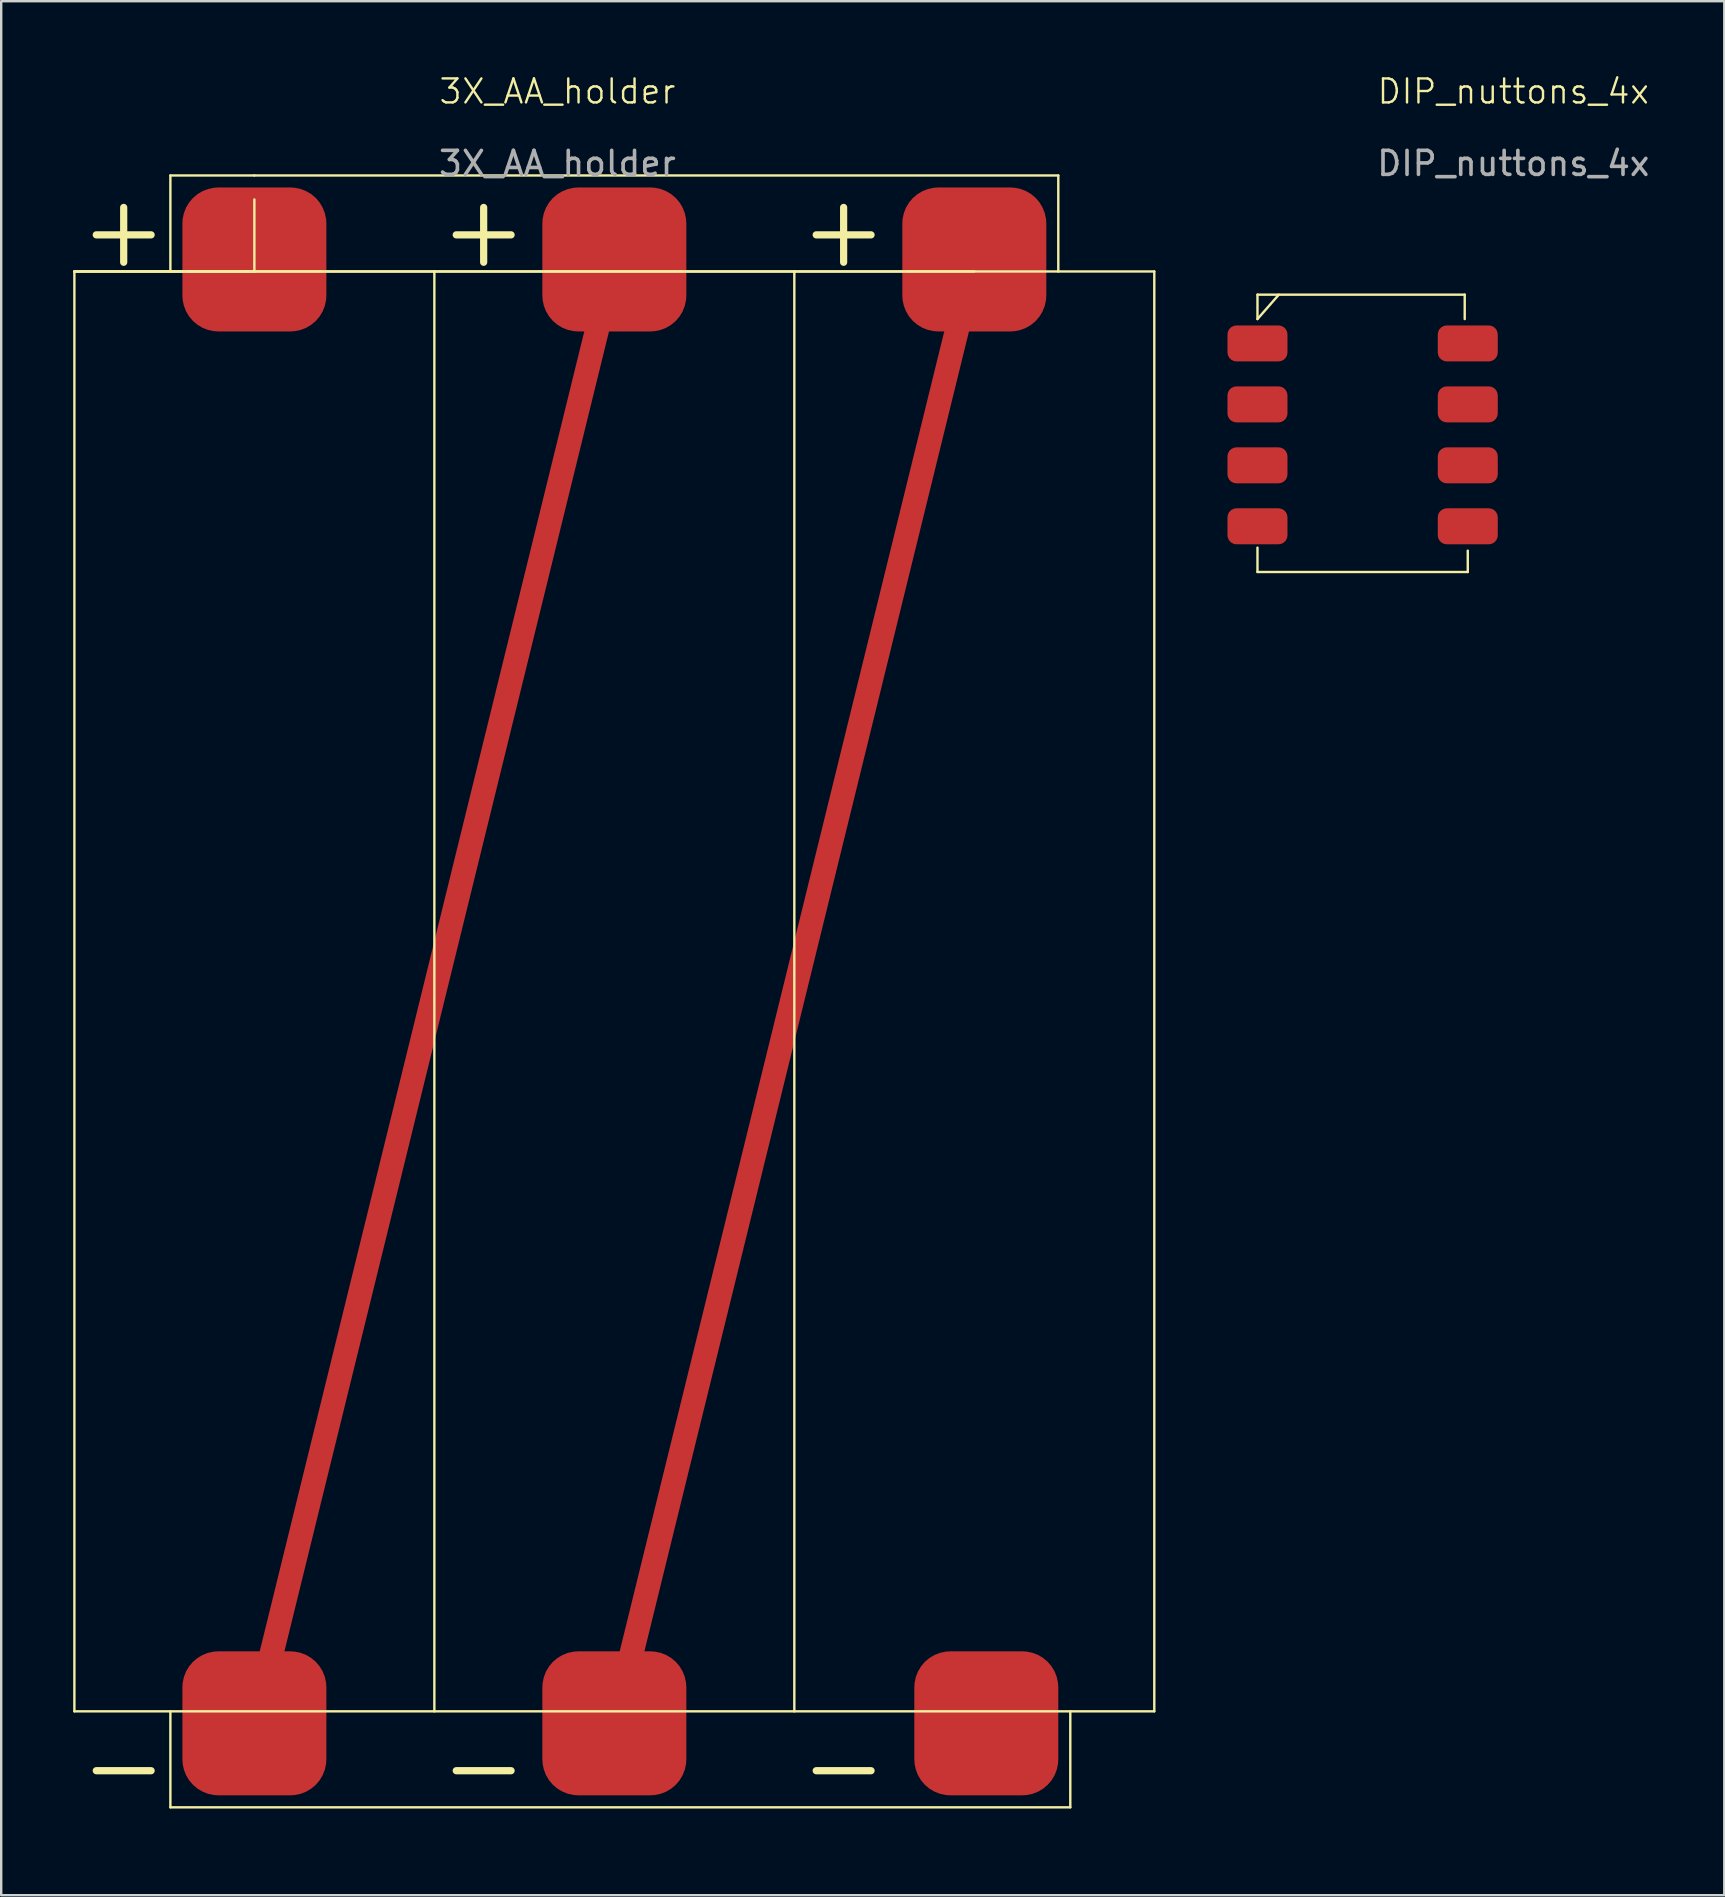
<source format=kicad_pcb>
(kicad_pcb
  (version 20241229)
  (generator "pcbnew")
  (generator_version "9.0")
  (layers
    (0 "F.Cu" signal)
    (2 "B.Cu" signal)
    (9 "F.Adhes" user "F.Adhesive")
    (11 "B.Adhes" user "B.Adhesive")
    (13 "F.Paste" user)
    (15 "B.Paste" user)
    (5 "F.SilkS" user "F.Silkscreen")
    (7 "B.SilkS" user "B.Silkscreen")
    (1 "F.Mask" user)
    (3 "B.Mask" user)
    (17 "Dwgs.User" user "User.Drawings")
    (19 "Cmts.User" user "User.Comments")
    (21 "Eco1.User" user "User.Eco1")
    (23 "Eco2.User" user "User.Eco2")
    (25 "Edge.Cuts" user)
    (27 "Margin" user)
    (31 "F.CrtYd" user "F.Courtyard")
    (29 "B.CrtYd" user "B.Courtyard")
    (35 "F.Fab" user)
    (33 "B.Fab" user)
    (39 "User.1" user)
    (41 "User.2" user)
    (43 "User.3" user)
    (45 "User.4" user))
  (footprint "3X_AA_holder"
    (layer "F.Cu")
    (at 20.05 18.262)
    (property "Reference" "3X_AA_holder" (at 0.127 -17.502 0) (unlocked yes) (layer "F.SilkS") (effects (font (size 1 1) (thickness 0.1))))
    (attr smd)
    (fp_line (start -12.5 50.5) (end 2.5 -10.5) (stroke (width 1) (type default)) (layer "F.Cu"))
    (fp_line (start 2.5 50.5) (end 17.5 -10.5) (stroke (width 1) (type default)) (layer "F.Cu"))
    (fp_line (start -20 -10) (end -20 50) (stroke (width 0.1) (type default)) (layer "F.SilkS"))
    (fp_line (start -20 -10) (end -12.5 -10) (stroke (width 0.1) (type default)) (layer "F.SilkS"))
    (fp_line (start -20 -10) (end -5 -10) (stroke (width 0.1) (type default)) (layer "F.SilkS"))
    (fp_line (start -20 50) (end 25 50) (stroke (width 0.1) (type default)) (layer "F.SilkS"))
    (fp_line (start -16 -14) (end -16 -10) (stroke (width 0.1) (type default)) (layer "F.SilkS"))
    (fp_line (start -16 54) (end -16 50) (stroke (width 0.1) (type default)) (layer "F.SilkS"))
    (fp_line (start -12.5 -14) (end -16 -14) (stroke (width 0.1) (type default)) (layer "F.SilkS"))
    (fp_line (start -12.5 -14) (end 21 -14) (stroke (width 0.1) (type default)) (layer "F.SilkS"))
    (fp_line (start -12.5 -10) (end -12.5 -13) (stroke (width 0.1) (type default)) (layer "F.SilkS"))
    (fp_line (start -5 -10) (end -5 50) (stroke (width 0.1) (type default)) (layer "F.SilkS"))
    (fp_line (start -5 -10) (end 10 -10) (stroke (width 0.1) (type default)) (layer "F.SilkS"))
    (fp_line (start 10 -10) (end 10 50) (stroke (width 0.1) (type default)) (layer "F.SilkS"))
    (fp_line (start 10 -10) (end 17.5 -10) (stroke (width 0.1) (type default)) (layer "F.SilkS"))
    (fp_line (start 21 -14) (end 21 -10) (stroke (width 0.1) (type default)) (layer "F.SilkS"))
    (fp_line (start 21.5 50) (end 21.5 54) (stroke (width 0.1) (type default)) (layer "F.SilkS"))
    (fp_line (start 21.5 54) (end -16 54) (stroke (width 0.1) (type default)) (layer "F.SilkS"))
    (fp_line (start 25 -10) (end -20 -10) (stroke (width 0.1) (type default)) (layer "F.SilkS"))
    (fp_line (start 25 50) (end 25 -10) (stroke (width 0.1) (type default)) (layer "F.SilkS"))
    (fp_text user "-" (at 10 54 0) (unlocked yes) (layer "F.SilkS") (effects (font (size 3 3) (thickness 0.3)) (justify left bottom)))
    (fp_text user "+" (at -5 -10 0) (unlocked yes) (layer "F.SilkS") (effects (font (size 3 3) (thickness 0.3)) (justify left bottom)))
    (fp_text user "+" (at -20 -10 0) (unlocked yes) (layer "F.SilkS") (effects (font (size 3 3) (thickness 0.3)) (justify left bottom)))
    (fp_text user "-" (at -20 54 0) (unlocked yes) (layer "F.SilkS") (effects (font (size 3 3) (thickness 0.3)) (justify left bottom)))
    (fp_text user "-" (at -5 54 0) (unlocked yes) (layer "F.SilkS") (effects (font (size 3 3) (thickness 0.3)) (justify left bottom)))
    (fp_text user "+" (at 10 -10 0) (unlocked yes) (layer "F.SilkS") (effects (font (size 3 3) (thickness 0.3)) (justify left bottom)))
    (fp_text user "${REFERENCE}" (at 0.127 -14.502 0) (unlocked yes) (layer "F.Fab") (effects (font (size 1 1) (thickness 0.15))))
    (pad "0" smd roundrect (at -12.5 50.5) (size 6 6) (layers "F.Cu" "F.Mask" "F.Paste") (roundrect_rratio 0.25))
    (pad "0" smd roundrect (at 2.5 -10.5) (size 6 6) (layers "F.Cu" "F.Mask" "F.Paste") (roundrect_rratio 0.25))
    (pad "0" smd roundrect (at 2.5 50.5) (size 6 6) (layers "F.Cu" "F.Mask" "F.Paste") (roundrect_rratio 0.25))
    (pad "0" smd roundrect (at 17.5 -10.5) (size 6 6) (layers "F.Cu" "F.Mask" "F.Paste") (roundrect_rratio 0.25))
    (pad "1" smd roundrect (at -12.5 -10.5) (size 6 6) (layers "F.Cu" "F.Mask" "F.Paste") (roundrect_rratio 0.25))
    (pad "2" smd roundrect (at 18 50.5) (size 6 6) (layers "F.Cu" "F.Mask" "F.Paste") (roundrect_rratio 0.25)))
  (footprint "DIP_nuttons_4x"
    (layer "F.Cu")
    (at 59.51 11.261)
    (property "Reference" "DIP_nuttons_4x" (at 0.5 -10.5 0) (unlocked yes) (layer "F.SilkS") (effects (font (size 1 1) (thickness 0.1))))
    (attr smd)
    (fp_line (start -10.16 -2.032) (end -1.524 -2.032) (stroke (width 0.1) (type default)) (layer "F.SilkS"))
    (fp_line (start -10.16 -1.016) (end -10.16 -2.032) (stroke (width 0.1) (type default)) (layer "F.SilkS"))
    (fp_line (start -10.16 -1.016) (end -9.271 -2.032) (stroke (width 0.1) (type default)) (layer "F.SilkS"))
    (fp_line (start -10.16 9.525) (end -10.16 8.509) (stroke (width 0.1) (type default)) (layer "F.SilkS"))
    (fp_line (start -10.16 9.525) (end -1.397 9.525) (stroke (width 0.1) (type default)) (layer "F.SilkS"))
    (fp_line (start -1.524 -2.032) (end -1.524 -1.016) (stroke (width 0.1) (type default)) (layer "F.SilkS"))
    (fp_line (start -1.397 9.525) (end -1.397 8.636) (stroke (width 0.1) (type default)) (layer "F.SilkS"))
    (fp_text user "${REFERENCE}" (at 0.5 -7.5 0) (unlocked yes) (layer "F.Fab") (effects (font (size 1 1) (thickness 0.15))))
    (pad "1" smd roundrect (at -10.16 0) (size 2.5 1.5) (layers "F.Cu" "F.Mask" "F.Paste") (roundrect_rratio 0.25))
    (pad "2" smd roundrect (at -10.16 2.54) (size 2.5 1.5) (layers "F.Cu" "F.Mask" "F.Paste") (roundrect_rratio 0.25))
    (pad "3" smd roundrect (at -10.16 5.08) (size 2.5 1.5) (layers "F.Cu" "F.Mask" "F.Paste") (roundrect_rratio 0.25))
    (pad "4" smd roundrect (at -10.16 7.62) (size 2.5 1.5) (layers "F.Cu" "F.Mask" "F.Paste") (roundrect_rratio 0.25))
    (pad "5" smd roundrect (at -1.397 7.62) (size 2.5 1.5) (layers "F.Cu" "F.Mask" "F.Paste") (roundrect_rratio 0.25))
    (pad "6" smd roundrect (at -1.397 5.08) (size 2.5 1.5) (layers "F.Cu" "F.Mask" "F.Paste") (roundrect_rratio 0.25))
    (pad "7" smd roundrect (at -1.397 2.54) (size 2.5 1.5) (layers "F.Cu" "F.Mask" "F.Paste") (roundrect_rratio 0.25))
    (pad "8" smd roundrect (at -1.397 0) (size 2.5 1.5) (layers "F.Cu" "F.Mask" "F.Paste") (roundrect_rratio 0.25)))
  (gr_rect
    (start -3 -3)
    (end 68.802 75.925)
    (stroke (width 0.1) (type default))
    (fill no)
    (layer "Edge.Cuts")))
</source>
